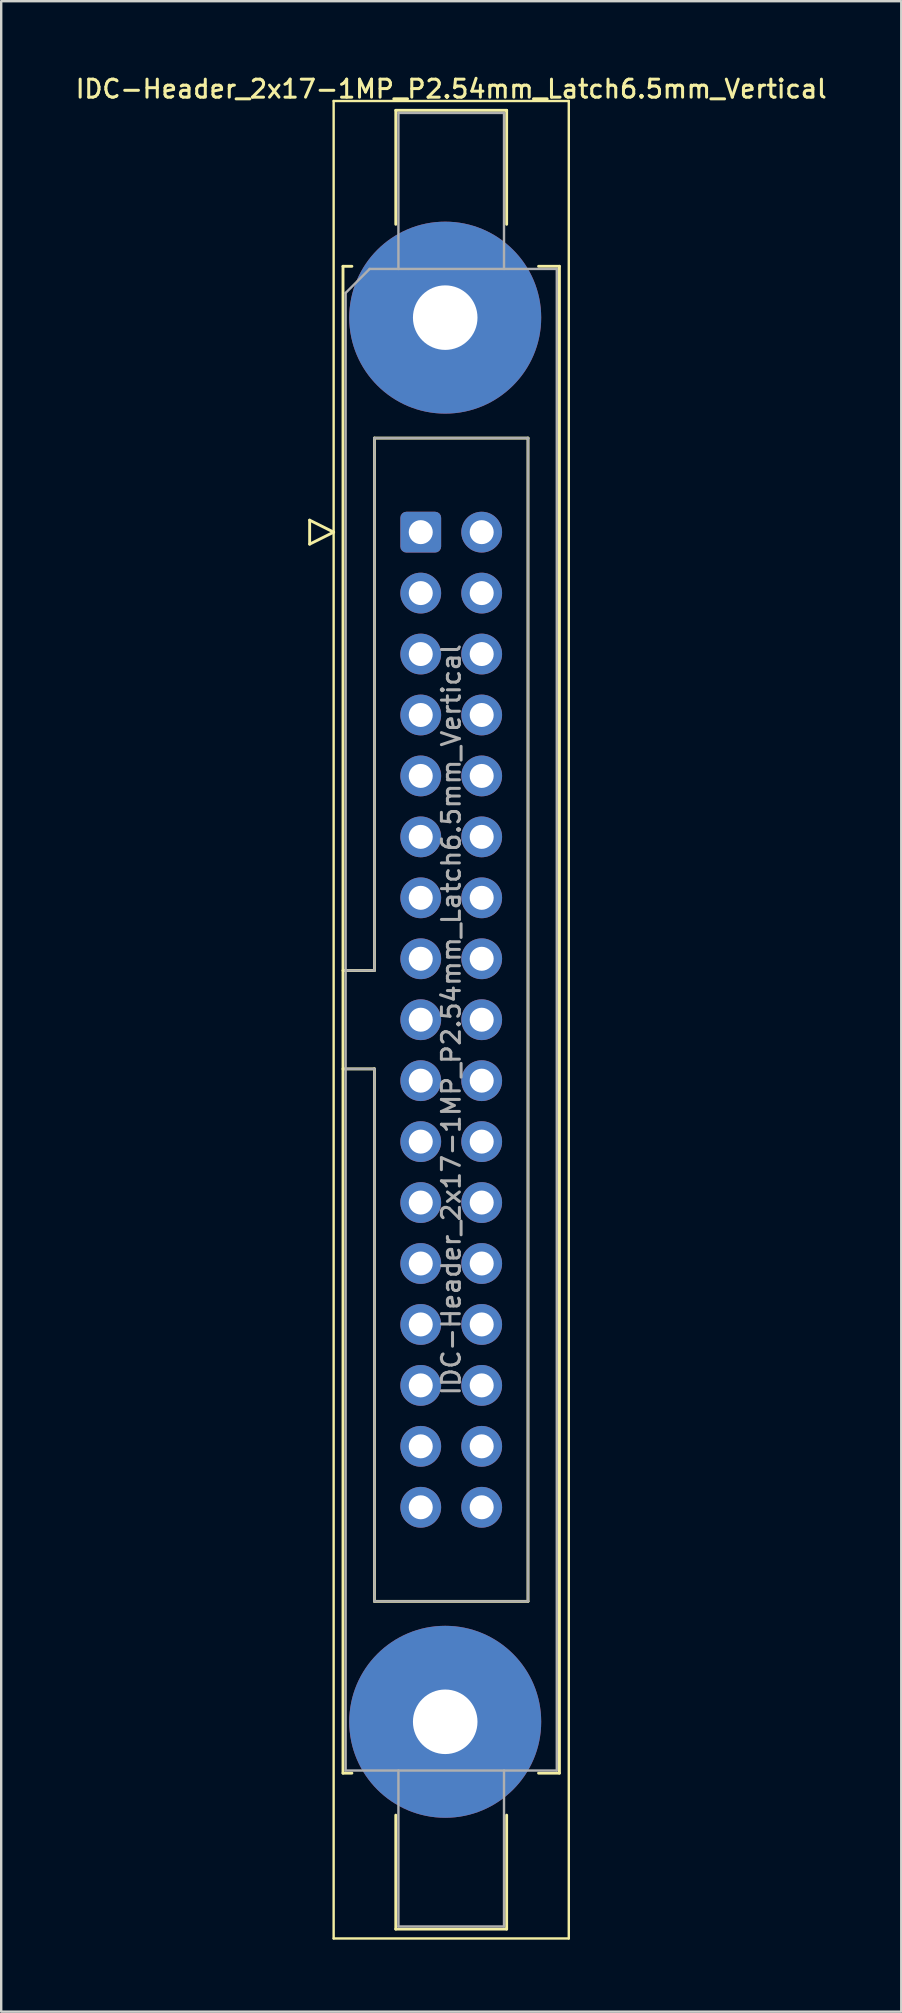
<source format=kicad_pcb>
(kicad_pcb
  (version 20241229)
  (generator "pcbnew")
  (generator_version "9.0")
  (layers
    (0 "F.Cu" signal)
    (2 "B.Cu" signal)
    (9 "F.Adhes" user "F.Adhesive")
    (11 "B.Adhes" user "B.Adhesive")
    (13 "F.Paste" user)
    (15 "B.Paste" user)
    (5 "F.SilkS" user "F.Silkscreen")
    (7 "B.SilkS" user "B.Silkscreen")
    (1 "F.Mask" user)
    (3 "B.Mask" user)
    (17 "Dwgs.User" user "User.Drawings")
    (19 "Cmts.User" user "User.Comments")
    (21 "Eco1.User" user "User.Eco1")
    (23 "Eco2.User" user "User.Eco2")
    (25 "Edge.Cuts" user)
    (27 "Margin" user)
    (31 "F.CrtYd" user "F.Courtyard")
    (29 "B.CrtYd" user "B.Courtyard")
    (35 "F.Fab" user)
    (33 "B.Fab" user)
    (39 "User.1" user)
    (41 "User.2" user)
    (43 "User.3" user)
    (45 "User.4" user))
  (footprint "IDC-Header_2x17-1MP_P2.54mm_Latch6.5mm_Vertical"
    (layer "F.Cu")
    (at 14.485 19.128)
    (property "Reference" "IDC-Header_2x17-1MP_P2.54mm_Latch6.5mm_Vertical" (at 1.27 -18.47 0) (layer "F.SilkS") (effects (font (size 0.75 0.75) (thickness 0.125))))
    (attr through_hole)
    (fp_line (start -4.63 -0.5) (end -4.63 0.5) (stroke (width 0.12) (type solid)) (layer "F.SilkS"))
    (fp_line (start -4.63 0.5) (end -3.63 0) (stroke (width 0.12) (type solid)) (layer "F.SilkS"))
    (fp_line (start -3.63 -17.97) (end -3.63 58.61) (stroke (width 0.1) (type solid)) (layer "F.SilkS"))
    (fp_line (start -3.63 0) (end -4.63 -0.5) (stroke (width 0.12) (type solid)) (layer "F.SilkS"))
    (fp_line (start -3.63 58.61) (end 6.17 58.61) (stroke (width 0.1) (type solid)) (layer "F.SilkS"))
    (fp_line (start -3.24 -11.08) (end -3.24 51.72) (stroke (width 0.12) (type solid)) (layer "F.SilkS"))
    (fp_line (start -3.24 18.27) (end -1.93 18.27) (stroke (width 0.12) (type solid)) (layer "F.SilkS"))
    (fp_line (start -3.24 51.72) (end -2.87 51.72) (stroke (width 0.12) (type solid)) (layer "F.SilkS"))
    (fp_line (start -2.87 -11.08) (end -3.24 -11.08) (stroke (width 0.12) (type solid)) (layer "F.SilkS"))
    (fp_line (start -1.93 -3.92) (end 4.47 -3.92) (stroke (width 0.12) (type solid)) (layer "F.SilkS"))
    (fp_line (start -1.93 18.27) (end -1.93 -3.92) (stroke (width 0.12) (type solid)) (layer "F.SilkS"))
    (fp_line (start -1.93 22.37) (end -3.24 22.37) (stroke (width 0.12) (type solid)) (layer "F.SilkS"))
    (fp_line (start -1.93 22.37) (end -1.93 22.37) (stroke (width 0.12) (type solid)) (layer "F.SilkS"))
    (fp_line (start -1.93 44.56) (end -1.93 22.37) (stroke (width 0.12) (type solid)) (layer "F.SilkS"))
    (fp_line (start -1.04 -17.58) (end 3.58 -17.58) (stroke (width 0.12) (type solid)) (layer "F.SilkS"))
    (fp_line (start -1.04 -12.83) (end -1.04 -17.58) (stroke (width 0.12) (type solid)) (layer "F.SilkS"))
    (fp_line (start -1.04 53.47) (end -1.04 58.22) (stroke (width 0.12) (type solid)) (layer "F.SilkS"))
    (fp_line (start -1.04 58.22) (end 3.58 58.22) (stroke (width 0.12) (type solid)) (layer "F.SilkS"))
    (fp_line (start 3.58 -17.58) (end 3.58 -12.83) (stroke (width 0.12) (type solid)) (layer "F.SilkS"))
    (fp_line (start 3.58 58.22) (end 3.58 53.47) (stroke (width 0.12) (type solid)) (layer "F.SilkS"))
    (fp_line (start 4.47 -3.92) (end 4.47 44.56) (stroke (width 0.12) (type solid)) (layer "F.SilkS"))
    (fp_line (start 4.47 44.56) (end -1.93 44.56) (stroke (width 0.12) (type solid)) (layer "F.SilkS"))
    (fp_line (start 4.91 -11.08) (end 5.78 -11.08) (stroke (width 0.12) (type solid)) (layer "F.SilkS"))
    (fp_line (start 5.78 -11.08) (end 5.78 51.72) (stroke (width 0.12) (type solid)) (layer "F.SilkS"))
    (fp_line (start 5.78 51.72) (end 4.91 51.72) (stroke (width 0.12) (type solid)) (layer "F.SilkS"))
    (fp_line (start 6.17 -17.97) (end -3.63 -17.97) (stroke (width 0.1) (type solid)) (layer "F.SilkS"))
    (fp_line (start 6.17 58.61) (end 6.17 -17.97) (stroke (width 0.1) (type solid)) (layer "F.SilkS"))
    (fp_line (start -3.13 -9.97) (end -2.13 -10.97) (stroke (width 0.1) (type solid)) (layer "F.Fab"))
    (fp_line (start -3.13 18.27) (end -1.93 18.27) (stroke (width 0.1) (type solid)) (layer "F.Fab"))
    (fp_line (start -3.13 51.61) (end -3.13 -9.97) (stroke (width 0.1) (type solid)) (layer "F.Fab"))
    (fp_line (start -2.13 -10.97) (end 5.67 -10.97) (stroke (width 0.1) (type solid)) (layer "F.Fab"))
    (fp_line (start -1.93 -3.92) (end 4.47 -3.92) (stroke (width 0.1) (type solid)) (layer "F.Fab"))
    (fp_line (start -1.93 18.27) (end -1.93 -3.92) (stroke (width 0.1) (type solid)) (layer "F.Fab"))
    (fp_line (start -1.93 22.37) (end -3.13 22.37) (stroke (width 0.1) (type solid)) (layer "F.Fab"))
    (fp_line (start -1.93 22.37) (end -1.93 22.37) (stroke (width 0.1) (type solid)) (layer "F.Fab"))
    (fp_line (start -1.93 44.56) (end -1.93 22.37) (stroke (width 0.1) (type solid)) (layer "F.Fab"))
    (fp_line (start -0.93 -17.47) (end 3.47 -17.47) (stroke (width 0.1) (type solid)) (layer "F.Fab"))
    (fp_line (start -0.93 -10.97) (end -0.93 -17.47) (stroke (width 0.1) (type solid)) (layer "F.Fab"))
    (fp_line (start -0.93 51.61) (end -0.93 58.11) (stroke (width 0.1) (type solid)) (layer "F.Fab"))
    (fp_line (start -0.93 58.11) (end 3.47 58.11) (stroke (width 0.1) (type solid)) (layer "F.Fab"))
    (fp_line (start 3.47 -17.47) (end 3.47 -10.97) (stroke (width 0.1) (type solid)) (layer "F.Fab"))
    (fp_line (start 3.47 58.11) (end 3.47 51.61) (stroke (width 0.1) (type solid)) (layer "F.Fab"))
    (fp_line (start 4.47 -3.92) (end 4.47 44.56) (stroke (width 0.1) (type solid)) (layer "F.Fab"))
    (fp_line (start 4.47 44.56) (end -1.93 44.56) (stroke (width 0.1) (type solid)) (layer "F.Fab"))
    (fp_line (start 5.67 -10.97) (end 5.67 51.61) (stroke (width 0.1) (type solid)) (layer "F.Fab"))
    (fp_line (start 5.67 51.61) (end -3.13 51.61) (stroke (width 0.1) (type solid)) (layer "F.Fab"))
    (fp_text user "${REFERENCE}" (at 1.27 20.32 90) (layer "F.Fab") (effects (font (size 0.75 0.75) (thickness 0.125))))
    (pad "1" thru_hole roundrect (at 0 0) (size 1.7 1.7) (drill 1) (layers "*.Cu" "*.Mask") (roundrect_rratio 0.147))
    (pad "2" thru_hole circle (at 2.54 0) (size 1.7 1.7) (drill 1) (layers "*.Cu" "*.Mask"))
    (pad "3" thru_hole circle (at 0 2.54) (size 1.7 1.7) (drill 1) (layers "*.Cu" "*.Mask"))
    (pad "4" thru_hole circle (at 2.54 2.54) (size 1.7 1.7) (drill 1) (layers "*.Cu" "*.Mask"))
    (pad "5" thru_hole circle (at 0 5.08) (size 1.7 1.7) (drill 1) (layers "*.Cu" "*.Mask"))
    (pad "6" thru_hole circle (at 2.54 5.08) (size 1.7 1.7) (drill 1) (layers "*.Cu" "*.Mask"))
    (pad "7" thru_hole circle (at 0 7.62) (size 1.7 1.7) (drill 1) (layers "*.Cu" "*.Mask"))
    (pad "8" thru_hole circle (at 2.54 7.62) (size 1.7 1.7) (drill 1) (layers "*.Cu" "*.Mask"))
    (pad "9" thru_hole circle (at 0 10.16) (size 1.7 1.7) (drill 1) (layers "*.Cu" "*.Mask"))
    (pad "10" thru_hole circle (at 2.54 10.16) (size 1.7 1.7) (drill 1) (layers "*.Cu" "*.Mask"))
    (pad "11" thru_hole circle (at 0 12.7) (size 1.7 1.7) (drill 1) (layers "*.Cu" "*.Mask"))
    (pad "12" thru_hole circle (at 2.54 12.7) (size 1.7 1.7) (drill 1) (layers "*.Cu" "*.Mask"))
    (pad "13" thru_hole circle (at 0 15.24) (size 1.7 1.7) (drill 1) (layers "*.Cu" "*.Mask"))
    (pad "14" thru_hole circle (at 2.54 15.24) (size 1.7 1.7) (drill 1) (layers "*.Cu" "*.Mask"))
    (pad "15" thru_hole circle (at 0 17.78) (size 1.7 1.7) (drill 1) (layers "*.Cu" "*.Mask"))
    (pad "16" thru_hole circle (at 2.54 17.78) (size 1.7 1.7) (drill 1) (layers "*.Cu" "*.Mask"))
    (pad "17" thru_hole circle (at 0 20.32) (size 1.7 1.7) (drill 1) (layers "*.Cu" "*.Mask"))
    (pad "18" thru_hole circle (at 2.54 20.32) (size 1.7 1.7) (drill 1) (layers "*.Cu" "*.Mask"))
    (pad "19" thru_hole circle (at 0 22.86) (size 1.7 1.7) (drill 1) (layers "*.Cu" "*.Mask"))
    (pad "20" thru_hole circle (at 2.54 22.86) (size 1.7 1.7) (drill 1) (layers "*.Cu" "*.Mask"))
    (pad "21" thru_hole circle (at 0 25.4) (size 1.7 1.7) (drill 1) (layers "*.Cu" "*.Mask"))
    (pad "22" thru_hole circle (at 2.54 25.4) (size 1.7 1.7) (drill 1) (layers "*.Cu" "*.Mask"))
    (pad "23" thru_hole circle (at 0 27.94) (size 1.7 1.7) (drill 1) (layers "*.Cu" "*.Mask"))
    (pad "24" thru_hole circle (at 2.54 27.94) (size 1.7 1.7) (drill 1) (layers "*.Cu" "*.Mask"))
    (pad "25" thru_hole circle (at 0 30.48) (size 1.7 1.7) (drill 1) (layers "*.Cu" "*.Mask"))
    (pad "26" thru_hole circle (at 2.54 30.48) (size 1.7 1.7) (drill 1) (layers "*.Cu" "*.Mask"))
    (pad "27" thru_hole circle (at 0 33.02) (size 1.7 1.7) (drill 1) (layers "*.Cu" "*.Mask"))
    (pad "28" thru_hole circle (at 2.54 33.02) (size 1.7 1.7) (drill 1) (layers "*.Cu" "*.Mask"))
    (pad "29" thru_hole circle (at 0 35.56) (size 1.7 1.7) (drill 1) (layers "*.Cu" "*.Mask"))
    (pad "30" thru_hole circle (at 2.54 35.56) (size 1.7 1.7) (drill 1) (layers "*.Cu" "*.Mask"))
    (pad "31" thru_hole circle (at 0 38.1) (size 1.7 1.7) (drill 1) (layers "*.Cu" "*.Mask"))
    (pad "32" thru_hole circle (at 2.54 38.1) (size 1.7 1.7) (drill 1) (layers "*.Cu" "*.Mask"))
    (pad "33" thru_hole circle (at 0 40.64) (size 1.7 1.7) (drill 1) (layers "*.Cu" "*.Mask"))
    (pad "34" thru_hole circle (at 2.54 40.64) (size 1.7 1.7) (drill 1) (layers "*.Cu" "*.Mask"))
    (pad "MP" thru_hole circle (at 1.02 -8.94) (size 8 8) (drill 2.69) (layers "*.Cu" "*.Mask"))
    (pad "MP" thru_hole circle (at 1.02 49.58) (size 8 8) (drill 2.69) (layers "*.Cu" "*.Mask")))
  (gr_rect
    (start -3 -3)
    (end 34.511 80.788)
    (stroke (width 0.1) (type default))
    (fill no)
    (layer "Edge.Cuts")))
</source>
